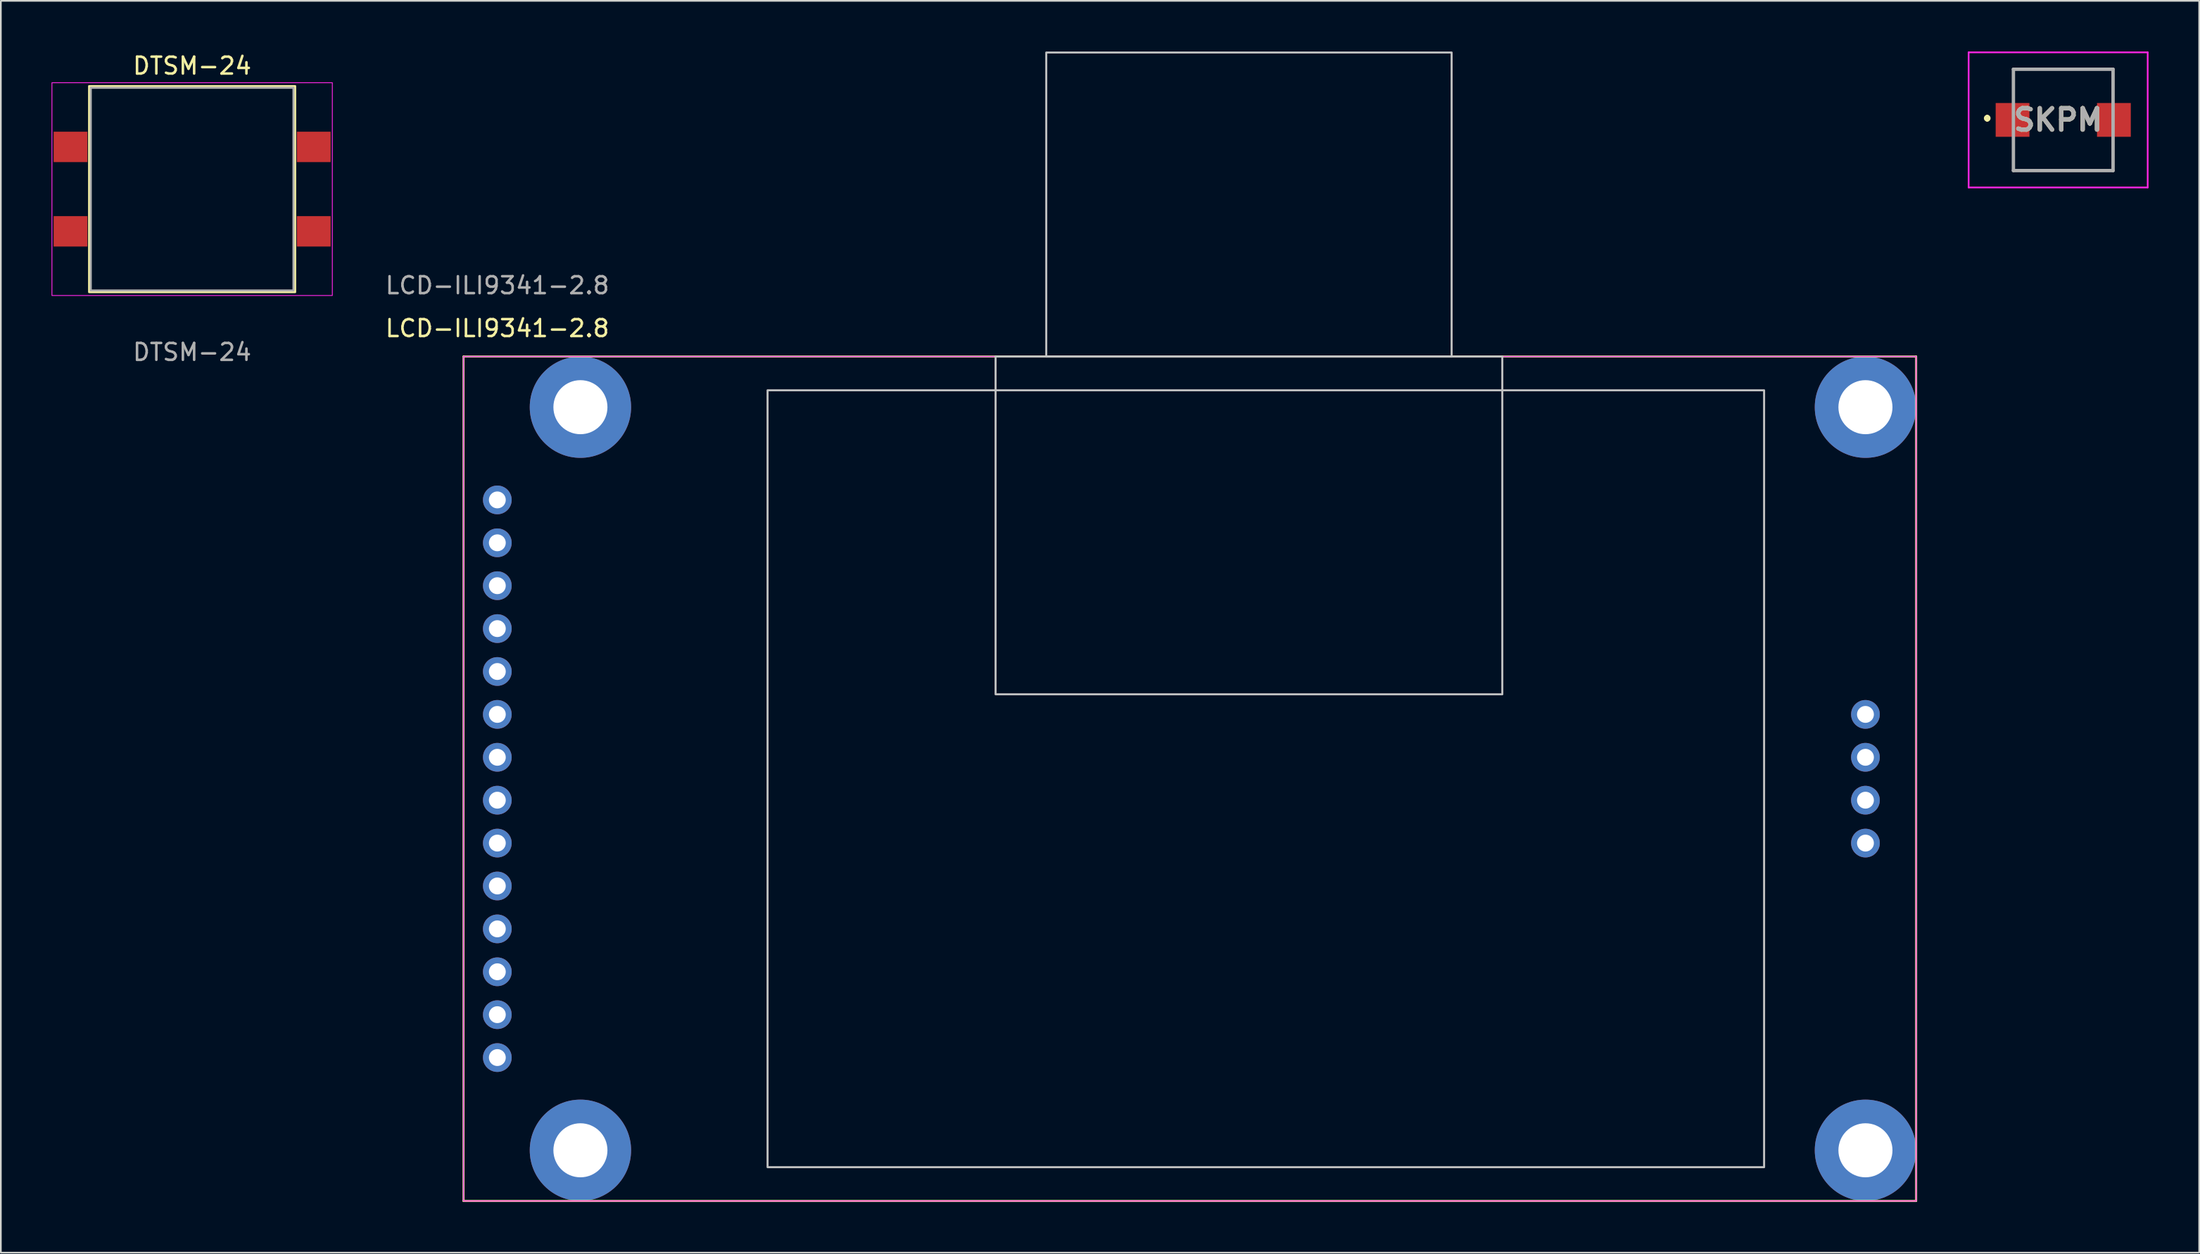
<source format=kicad_pcb>
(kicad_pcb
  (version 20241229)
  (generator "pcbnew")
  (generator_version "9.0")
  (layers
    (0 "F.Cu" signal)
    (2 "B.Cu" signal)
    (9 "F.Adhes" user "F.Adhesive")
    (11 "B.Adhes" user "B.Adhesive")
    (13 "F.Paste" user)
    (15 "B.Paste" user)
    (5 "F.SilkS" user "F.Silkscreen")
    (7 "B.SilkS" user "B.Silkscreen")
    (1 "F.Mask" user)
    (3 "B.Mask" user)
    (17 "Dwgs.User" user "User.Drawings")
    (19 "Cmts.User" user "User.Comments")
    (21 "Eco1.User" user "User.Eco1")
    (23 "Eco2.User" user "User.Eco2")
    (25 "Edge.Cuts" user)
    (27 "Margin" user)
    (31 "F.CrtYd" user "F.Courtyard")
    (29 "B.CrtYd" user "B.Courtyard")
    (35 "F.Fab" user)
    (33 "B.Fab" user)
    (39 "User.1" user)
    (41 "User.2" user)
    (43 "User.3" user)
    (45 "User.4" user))
  (footprint "DTSM-24"
    (layer "F.Cu")
    (at 8.325 8.148)
    (property "Reference" "DTSM-24" (at 0 -7.3 0) (unlocked yes) (layer "F.SilkS") (effects (font (size 1 1) (thickness 0.15))))
    (attr smd)
    (fp_rect (start -6.1 -6.1) (end 6.1 6.1) (stroke (width 0.12) (type solid)) (fill no) (layer "F.SilkS"))
    (fp_rect (start -8.3 -6.3) (end 8.3 6.3) (stroke (width 0.05) (type solid)) (fill no) (layer "F.CrtYd"))
    (fp_rect (start -6 -6) (end 6 6) (stroke (width 0.12) (type solid)) (fill no) (layer "F.Fab"))
    (fp_text user "${REFERENCE}" (at 0 9.652 0) (unlocked yes) (layer "F.Fab") (effects (font (size 1 1) (thickness 0.15))))
    (pad "1" smd rect (at -7.2 -2.5) (size 2 1.8) (layers "F.Cu" "F.Mask" "F.Paste"))
    (pad "1" smd rect (at 7.2 -2.5) (size 2 1.8) (layers "F.Cu" "F.Mask" "F.Paste"))
    (pad "2" smd rect (at -7.2 2.5) (size 2 1.8) (layers "F.Cu" "F.Mask" "F.Paste"))
    (pad "2" smd rect (at 7.2 2.5) (size 2 1.8) (layers "F.Cu" "F.Mask" "F.Paste")))
  (footprint "SKPM"
    (layer "F.Cu")
    (at 118.304 4.05)
    (property "Reference" "SKPM" (at 0.5 0 0) (layer "F.SilkS") (effects (font (size 1.27 1.27) (thickness 0.254))))
    (attr smd)
    (fp_line (start -3.7 -0.2) (end -3.7 -0.2) (stroke (width 0.2) (type solid)) (layer "F.SilkS"))
    (fp_line (start -3.7 0) (end -3.7 0) (stroke (width 0.2) (type solid)) (layer "F.SilkS"))
    (fp_line (start -2.15 -3) (end 3.75 -3) (stroke (width 0.1) (type solid)) (layer "F.SilkS"))
    (fp_line (start -2.15 -1.5) (end -2.15 -3) (stroke (width 0.1) (type solid)) (layer "F.SilkS"))
    (fp_line (start -2.15 1.5) (end -2.15 3) (stroke (width 0.1) (type solid)) (layer "F.SilkS"))
    (fp_line (start -2.15 3) (end 3.75 3) (stroke (width 0.1) (type solid)) (layer "F.SilkS"))
    (fp_line (start 3.75 -3) (end 3.75 -1.5) (stroke (width 0.1) (type solid)) (layer "F.SilkS"))
    (fp_line (start 3.75 3) (end 3.75 1.5) (stroke (width 0.1) (type solid)) (layer "F.SilkS"))
    (fp_arc (start -3.7 -0.2) (mid -3.6 -0.1) (end -3.7 0) (stroke (width 0.2) (type solid)) (layer "F.SilkS"))
    (fp_arc (start -3.7 0) (mid -3.8 -0.1) (end -3.7 -0.2) (stroke (width 0.2) (type solid)) (layer "F.SilkS"))
    (fp_line (start -4.8 -4) (end 5.8 -4) (stroke (width 0.1) (type solid)) (layer "F.CrtYd"))
    (fp_line (start -4.8 4) (end -4.8 -4) (stroke (width 0.1) (type solid)) (layer "F.CrtYd"))
    (fp_line (start 5.8 -4) (end 5.8 4) (stroke (width 0.1) (type solid)) (layer "F.CrtYd"))
    (fp_line (start 5.8 4) (end -4.8 4) (stroke (width 0.1) (type solid)) (layer "F.CrtYd"))
    (fp_line (start -2.15 -3) (end 3.75 -3) (stroke (width 0.2) (type solid)) (layer "F.Fab"))
    (fp_line (start -2.15 3) (end -2.15 -3) (stroke (width 0.2) (type solid)) (layer "F.Fab"))
    (fp_line (start 3.75 -3) (end 3.75 3) (stroke (width 0.2) (type solid)) (layer "F.Fab"))
    (fp_line (start 3.75 3) (end -2.15 3) (stroke (width 0.2) (type solid)) (layer "F.Fab"))
    (fp_text user "${REFERENCE}" (at 0.5 0 0) (layer "F.Fab") (effects (font (size 1.27 1.27) (thickness 0.254))))
    (pad "1" smd rect (at -2.2 0 90) (size 2 2) (layers "F.Cu" "F.Mask" "F.Paste"))
    (pad "2" smd rect (at 3.8 0 90) (size 2 2) (layers "F.Cu" "F.Mask" "F.Paste")))
  (footprint "LCD-ILI9341-2.8"
    (layer "F.Cu")
    (at 26.394 26.55)
    (property "Reference" "LCD-ILI9341-2.8" (at 0 -10.16 0) (unlocked yes) (layer "F.SilkS") (effects (font (size 1 1) (thickness 0.15))))
    (attr through_hole)
    (fp_line (start -2 -8.49) (end -2 41.51) (stroke (width 0.12) (type solid)) (layer "F.SilkS"))
    (fp_line (start -2 -8.49) (end 84 -8.49) (stroke (width 0.12) (type solid)) (layer "F.SilkS"))
    (fp_line (start -2 41.51) (end 84 41.51) (stroke (width 0.12) (type solid)) (layer "F.SilkS"))
    (fp_line (start 84 -8.49) (end 84 41.51) (stroke (width 0.12) (type solid)) (layer "F.SilkS"))
    (fp_rect (start 16 -6.49) (end 75 39.51) (stroke (width 0.12) (type solid)) (fill no) (layer "Dwgs.User"))
    (fp_rect (start 29.5 11.51) (end 59.5 -8.49) (stroke (width 0.12) (type solid)) (fill no) (layer "Dwgs.User"))
    (fp_rect (start 32.5 -26.49) (end 56.5 -8.49) (stroke (width 0.12) (type solid)) (fill no) (layer "Dwgs.User"))
    (fp_line (start -2 -8.49) (end 84 -8.49) (stroke (width 0.05) (type solid)) (layer "F.CrtYd"))
    (fp_line (start -2 41.51) (end -2 -8.49) (stroke (width 0.05) (type solid)) (layer "F.CrtYd"))
    (fp_line (start 84 -8.49) (end 84 41.51) (stroke (width 0.05) (type solid)) (layer "F.CrtYd"))
    (fp_line (start 84 41.51) (end -2 41.51) (stroke (width 0.05) (type solid)) (layer "F.CrtYd"))
    (fp_line (start -2 12.7) (end 84 12.7) (stroke (width 0.12) (type solid)) (layer "User.1"))
    (fp_line (start 81 -8.49) (end 81 41.51) (stroke (width 0.12) (type solid)) (layer "User.1"))
    (fp_text user "${REFERENCE}" (at 0 -12.7 0) (unlocked yes) (layer "F.Fab") (effects (font (size 1 1) (thickness 0.15))))
    (pad "1" thru_hole circle (at 0 0) (size 1.7 1.7) (drill 1) (layers "*.Cu" "*.Mask"))
    (pad "2" thru_hole circle (at 0 2.54) (size 1.7 1.7) (drill 1) (layers "*.Cu" "*.Mask"))
    (pad "3" thru_hole circle (at 0 5.08) (size 1.7 1.7) (drill 1) (layers "*.Cu" "*.Mask"))
    (pad "4" thru_hole circle (at 0 7.62) (size 1.7 1.7) (drill 1) (layers "*.Cu" "*.Mask"))
    (pad "5" thru_hole circle (at 0 10.16) (size 1.7 1.7) (drill 1) (layers "*.Cu" "*.Mask"))
    (pad "6" thru_hole circle (at 0 12.7) (size 1.7 1.7) (drill 1) (layers "*.Cu" "*.Mask"))
    (pad "7" thru_hole circle (at 0 15.24) (size 1.7 1.7) (drill 1) (layers "*.Cu" "*.Mask"))
    (pad "8" thru_hole circle (at 0 17.78) (size 1.7 1.7) (drill 1) (layers "*.Cu" "*.Mask"))
    (pad "9" thru_hole circle (at 0 20.32) (size 1.7 1.7) (drill 1) (layers "*.Cu" "*.Mask"))
    (pad "10" thru_hole circle (at 0 22.86) (size 1.7 1.7) (drill 1) (layers "*.Cu" "*.Mask"))
    (pad "11" thru_hole circle (at 0 25.4) (size 1.7 1.7) (drill 1) (layers "*.Cu" "*.Mask"))
    (pad "12" thru_hole circle (at 0 27.94) (size 1.7 1.7) (drill 1) (layers "*.Cu" "*.Mask"))
    (pad "13" thru_hole circle (at 0 30.48) (size 1.7 1.7) (drill 1) (layers "*.Cu" "*.Mask"))
    (pad "14" thru_hole circle (at 0 33.02) (size 1.7 1.7) (drill 1) (layers "*.Cu" "*.Mask"))
    (pad "15" thru_hole circle (at 81 12.7) (size 1.7 1.7) (drill 1) (layers "*.Cu" "*.Mask"))
    (pad "16" thru_hole circle (at 81 15.24) (size 1.7 1.7) (drill 1) (layers "*.Cu" "*.Mask"))
    (pad "17" thru_hole circle (at 81 17.78) (size 1.7 1.7) (drill 1) (layers "*.Cu" "*.Mask"))
    (pad "18" thru_hole circle (at 81 20.32) (size 1.7 1.7) (drill 1) (layers "*.Cu" "*.Mask"))
    (pad "G1" thru_hole circle (at 4.92 -5.49) (size 6 6) (drill 3.2) (layers "*.Cu" "*.Mask"))
    (pad "G2" thru_hole circle (at 81 -5.49) (size 6 6) (drill 3.2) (layers "*.Cu" "*.Mask"))
    (pad "G3" thru_hole circle (at 4.92 38.51) (size 6 6) (drill 3.2) (layers "*.Cu" "*.Mask"))
    (pad "G4" thru_hole circle (at 81 38.51) (size 6 6) (drill 3.2) (layers "*.Cu" "*.Mask")))
  (gr_rect
    (start -3 -3)
    (end 127.154 71.12)
    (stroke (width 0.1) (type default))
    (fill no)
    (layer "Edge.Cuts")))
</source>
